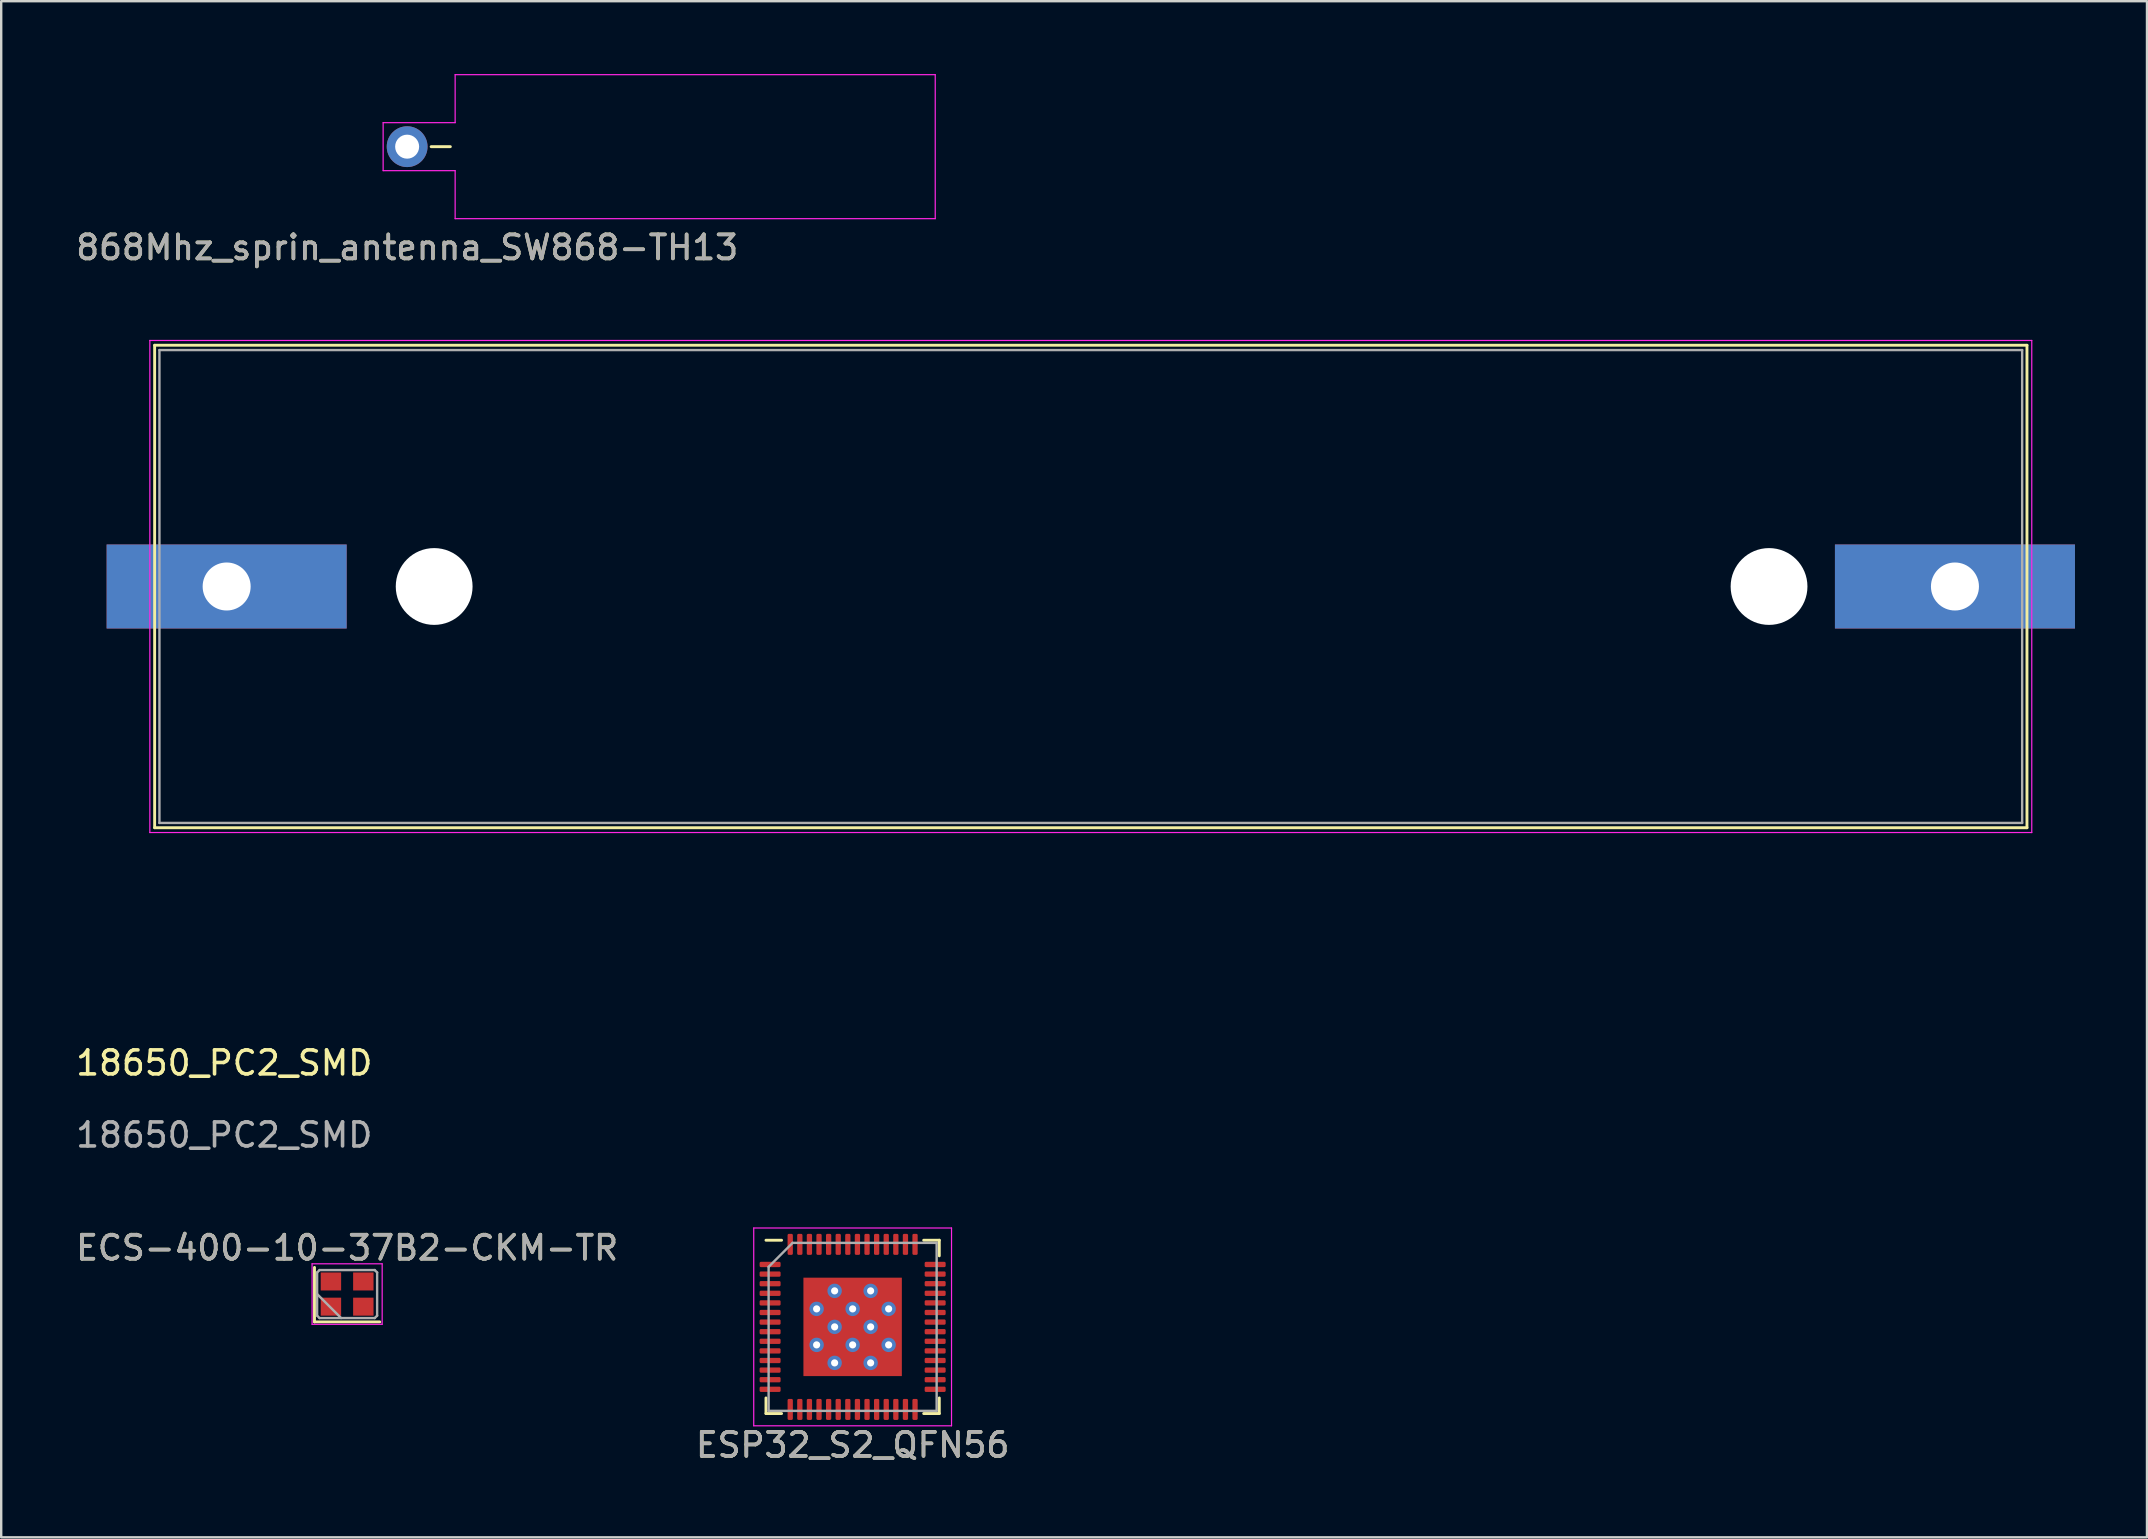
<source format=kicad_pcb>
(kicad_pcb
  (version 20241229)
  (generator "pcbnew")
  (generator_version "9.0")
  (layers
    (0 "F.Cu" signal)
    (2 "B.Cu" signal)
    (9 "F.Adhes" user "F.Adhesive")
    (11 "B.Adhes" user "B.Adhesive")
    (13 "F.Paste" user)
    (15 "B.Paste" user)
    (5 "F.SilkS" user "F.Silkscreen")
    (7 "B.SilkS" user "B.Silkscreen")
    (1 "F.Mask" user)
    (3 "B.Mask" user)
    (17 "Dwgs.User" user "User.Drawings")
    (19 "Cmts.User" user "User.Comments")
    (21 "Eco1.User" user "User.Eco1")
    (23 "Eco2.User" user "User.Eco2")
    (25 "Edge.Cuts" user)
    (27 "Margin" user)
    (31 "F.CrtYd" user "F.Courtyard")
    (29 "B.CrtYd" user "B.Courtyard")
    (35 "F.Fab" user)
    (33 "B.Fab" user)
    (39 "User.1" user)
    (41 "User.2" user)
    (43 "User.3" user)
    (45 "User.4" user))
  (footprint "18650_PC2_SMD"
    (layer "F.Cu")
    (at 6.392 21.383)
    (property "Reference" "18650_PC2_SMD" (at -0.1 19.85 0) (unlocked yes) (layer "F.SilkS") (effects (font (size 1 1) (thickness 0.15))))
    (attr smd)
    (fp_line (start -3 -10.05) (end 75 -10.05) (stroke (width 0.12) (type solid)) (layer "F.SilkS"))
    (fp_line (start -3 10.05) (end -3 -10.05) (stroke (width 0.12) (type solid)) (layer "F.SilkS"))
    (fp_line (start 75 -10.05) (end 75 10.05) (stroke (width 0.12) (type solid)) (layer "F.SilkS"))
    (fp_line (start 75 10.05) (end -3 10.05) (stroke (width 0.12) (type solid)) (layer "F.SilkS"))
    (fp_line (start -3.2 -10.25) (end 75.2 -10.25) (stroke (width 0.05) (type solid)) (layer "F.CrtYd"))
    (fp_line (start -3.2 10.25) (end -3.2 -10.25) (stroke (width 0.05) (type solid)) (layer "F.CrtYd"))
    (fp_line (start 75.2 -10.25) (end 75.2 10.25) (stroke (width 0.05) (type solid)) (layer "F.CrtYd"))
    (fp_line (start 75.2 10.25) (end -3.2 10.25) (stroke (width 0.05) (type solid)) (layer "F.CrtYd"))
    (fp_line (start -2.8 -9.85) (end 74.8 -9.85) (stroke (width 0.1) (type solid)) (layer "F.Fab"))
    (fp_line (start -2.8 9.85) (end -2.8 -9.85) (stroke (width 0.1) (type solid)) (layer "F.Fab"))
    (fp_line (start 74.8 -9.85) (end 74.8 9.85) (stroke (width 0.1) (type solid)) (layer "F.Fab"))
    (fp_line (start 74.8 9.85) (end -2.8 9.85) (stroke (width 0.1) (type solid)) (layer "F.Fab"))
    (fp_text user "${REFERENCE}" (at -0.1 22.85 0) (unlocked yes) (layer "F.Fab") (effects (font (size 1 1) (thickness 0.15))))
    (pad "" np_thru_hole circle (at 8.645 0) (size 3.2 3.2) (drill 3.2) (layers "*.Cu" "*.Mask"))
    (pad "" np_thru_hole circle (at 64.255 0) (size 3.2 3.2) (drill 3.2) (layers "*.Cu" "*.Mask"))
    (pad "1" thru_hole rect (at 0 0) (size 10 3.5) (drill 2) (layers "*.Cu" "*.Mask"))
    (pad "2" thru_hole rect (at 72 0) (size 10 3.5) (drill 2) (layers "*.Cu" "*.Mask")))
  (footprint "ECS-400-10-37B2-CKM-TR"
    (layer "F.Cu")
    (at 11.411 50.86)
    (property "Reference" "ECS-400-10-37B2-CKM-TR" (at 0 -1.93 0) (unlocked yes) (layer "F.SilkS") (effects (font (size 1 1) (thickness 0.15))))
    (attr smd)
    (fp_line (start -1.36 -1.11) (end -1.36 1.16) (stroke (width 0.12) (type solid)) (layer "F.SilkS"))
    (fp_line (start -1.36 1.16) (end 1.36 1.16) (stroke (width 0.12) (type solid)) (layer "F.SilkS"))
    (fp_line (start -1.46 -1.26) (end -1.46 1.26) (stroke (width 0.05) (type solid)) (layer "F.CrtYd"))
    (fp_line (start -1.46 1.26) (end 1.46 1.26) (stroke (width 0.05) (type solid)) (layer "F.CrtYd"))
    (fp_line (start 1.46 -1.26) (end -1.46 -1.26) (stroke (width 0.05) (type solid)) (layer "F.CrtYd"))
    (fp_line (start 1.46 1.26) (end 1.46 -1.26) (stroke (width 0.05) (type solid)) (layer "F.CrtYd"))
    (fp_line (start -1.25 -0.9) (end -1.15 -1) (stroke (width 0.1) (type solid)) (layer "F.Fab"))
    (fp_line (start -1.25 0) (end -0.25 1) (stroke (width 0.1) (type solid)) (layer "F.Fab"))
    (fp_line (start -1.25 0.9) (end -1.25 -0.9) (stroke (width 0.1) (type solid)) (layer "F.Fab"))
    (fp_line (start -1.15 -1) (end 1.15 -1) (stroke (width 0.1) (type solid)) (layer "F.Fab"))
    (fp_line (start -1.15 1) (end -1.25 0.9) (stroke (width 0.1) (type solid)) (layer "F.Fab"))
    (fp_line (start 1.15 -1) (end 1.25 -0.9) (stroke (width 0.1) (type solid)) (layer "F.Fab"))
    (fp_line (start 1.15 1) (end -1.15 1) (stroke (width 0.1) (type solid)) (layer "F.Fab"))
    (fp_line (start 1.25 -0.9) (end 1.25 0.9) (stroke (width 0.1) (type solid)) (layer "F.Fab"))
    (fp_line (start 1.25 0.9) (end 1.15 1) (stroke (width 0.1) (type solid)) (layer "F.Fab"))
    (fp_text user "${REFERENCE}" (at 0 -1.925 0) (unlocked yes) (layer "F.Fab") (effects (font (size 1 1) (thickness 0.15))))
    (pad "1" smd rect (at -0.675 0.525) (size 0.85 0.75) (layers "F.Cu" "F.Mask" "F.Paste"))
    (pad "2" smd rect (at 0.675 0.525) (size 0.85 0.75) (layers "F.Cu" "F.Mask" "F.Paste"))
    (pad "3" smd rect (at 0.675 -0.525) (size 0.85 0.75) (layers "F.Cu" "F.Mask" "F.Paste"))
    (pad "4" smd rect (at -0.675 -0.525) (size 0.85 0.75) (layers "F.Cu" "F.Mask" "F.Paste")))
  (footprint "ESP32_S2_QFN56"
    (layer "F.Cu")
    (at 32.47 52.227)
    (property "Reference" "ESP32_S2_QFN56" (at 0 4.92 0) (unlocked yes) (layer "F.SilkS") (effects (font (size 1 1) (thickness 0.15))))
    (attr smd)
    (fp_line (start -3.61 3.61) (end -3.61 2.96) (stroke (width 0.12) (type solid)) (layer "F.SilkS"))
    (fp_line (start -2.96 -3.61) (end -3.61 -3.61) (stroke (width 0.12) (type solid)) (layer "F.SilkS"))
    (fp_line (start -2.96 3.61) (end -3.61 3.61) (stroke (width 0.12) (type solid)) (layer "F.SilkS"))
    (fp_line (start 2.96 -3.61) (end 3.61 -3.61) (stroke (width 0.12) (type solid)) (layer "F.SilkS"))
    (fp_line (start 2.96 3.61) (end 3.61 3.61) (stroke (width 0.12) (type solid)) (layer "F.SilkS"))
    (fp_line (start 3.61 -3.61) (end 3.61 -2.96) (stroke (width 0.12) (type solid)) (layer "F.SilkS"))
    (fp_line (start 3.61 3.61) (end 3.61 2.96) (stroke (width 0.12) (type solid)) (layer "F.SilkS"))
    (fp_line (start -4.12 -4.12) (end -4.12 4.12) (stroke (width 0.05) (type solid)) (layer "F.CrtYd"))
    (fp_line (start -4.12 4.12) (end 4.12 4.12) (stroke (width 0.05) (type solid)) (layer "F.CrtYd"))
    (fp_line (start 4.12 -4.12) (end -4.12 -4.12) (stroke (width 0.05) (type solid)) (layer "F.CrtYd"))
    (fp_line (start 4.12 4.12) (end 4.12 -4.12) (stroke (width 0.05) (type solid)) (layer "F.CrtYd"))
    (fp_line (start -3.5 -2.5) (end -2.5 -3.5) (stroke (width 0.1) (type solid)) (layer "F.Fab"))
    (fp_line (start -3.5 3.5) (end -3.5 -2.5) (stroke (width 0.1) (type solid)) (layer "F.Fab"))
    (fp_line (start -2.5 -3.5) (end 3.5 -3.5) (stroke (width 0.1) (type solid)) (layer "F.Fab"))
    (fp_line (start 3.5 -3.5) (end 3.5 3.5) (stroke (width 0.1) (type solid)) (layer "F.Fab"))
    (fp_line (start 3.5 3.5) (end -3.5 3.5) (stroke (width 0.1) (type solid)) (layer "F.Fab"))
    (fp_text user "${REFERENCE}" (at 0 4.92 0) (unlocked yes) (layer "F.Fab") (effects (font (size 1 1) (thickness 0.15))))
    (pad "" smd roundrect (at -1.5 -1.5) (size 1 1) (layers "F.Paste") (roundrect_rratio 0.231))
    (pad "" smd roundrect (at -1.5 0) (size 1 1) (layers "F.Paste") (roundrect_rratio 0.231))
    (pad "" smd roundrect (at -1.5 1.5) (size 1 1) (layers "F.Paste") (roundrect_rratio 0.231))
    (pad "" smd roundrect (at 0 -1.5) (size 1 1) (layers "F.Paste") (roundrect_rratio 0.231))
    (pad "" smd roundrect (at 0 0) (size 1 1) (layers "F.Paste") (roundrect_rratio 0.231))
    (pad "" smd roundrect (at 0 1.5) (size 1 1) (layers "F.Paste") (roundrect_rratio 0.231))
    (pad "" smd roundrect (at 1.5 -1.5) (size 1 1) (layers "F.Paste") (roundrect_rratio 0.231))
    (pad "" smd roundrect (at 1.5 0) (size 1 1) (layers "F.Paste") (roundrect_rratio 0.231))
    (pad "" smd roundrect (at 1.5 1.5) (size 1 1) (layers "F.Paste") (roundrect_rratio 0.231))
    (pad "1" smd roundrect (at -3.438 -2.6) (size 0.875 0.22) (layers "F.Cu" "F.Mask" "F.Paste") (roundrect_rratio 0.25))
    (pad "2" smd roundrect (at -3.438 -2.2) (size 0.875 0.22) (layers "F.Cu" "F.Mask" "F.Paste") (roundrect_rratio 0.25))
    (pad "3" smd roundrect (at -3.438 -1.8) (size 0.875 0.22) (layers "F.Cu" "F.Mask" "F.Paste") (roundrect_rratio 0.25))
    (pad "4" smd roundrect (at -3.438 -1.4) (size 0.875 0.22) (layers "F.Cu" "F.Mask" "F.Paste") (roundrect_rratio 0.25))
    (pad "5" smd roundrect (at -3.438 -1) (size 0.875 0.22) (layers "F.Cu" "F.Mask" "F.Paste") (roundrect_rratio 0.25))
    (pad "6" smd roundrect (at -3.438 -0.6) (size 0.875 0.22) (layers "F.Cu" "F.Mask" "F.Paste") (roundrect_rratio 0.25))
    (pad "7" smd roundrect (at -3.438 -0.2) (size 0.875 0.22) (layers "F.Cu" "F.Mask" "F.Paste") (roundrect_rratio 0.25))
    (pad "8" smd roundrect (at -3.438 0.2) (size 0.875 0.22) (layers "F.Cu" "F.Mask" "F.Paste") (roundrect_rratio 0.25))
    (pad "9" smd roundrect (at -3.438 0.6) (size 0.875 0.22) (layers "F.Cu" "F.Mask" "F.Paste") (roundrect_rratio 0.25))
    (pad "10" smd roundrect (at -3.438 1) (size 0.875 0.22) (layers "F.Cu" "F.Mask" "F.Paste") (roundrect_rratio 0.25))
    (pad "11" smd roundrect (at -3.438 1.4) (size 0.875 0.22) (layers "F.Cu" "F.Mask" "F.Paste") (roundrect_rratio 0.25))
    (pad "12" smd roundrect (at -3.438 1.8) (size 0.875 0.22) (layers "F.Cu" "F.Mask" "F.Paste") (roundrect_rratio 0.25))
    (pad "13" smd roundrect (at -3.438 2.2) (size 0.875 0.22) (layers "F.Cu" "F.Mask" "F.Paste") (roundrect_rratio 0.25))
    (pad "14" smd roundrect (at -3.438 2.6) (size 0.875 0.22) (layers "F.Cu" "F.Mask" "F.Paste") (roundrect_rratio 0.25))
    (pad "15" smd roundrect (at -2.6 3.438) (size 0.22 0.875) (layers "F.Cu" "F.Mask" "F.Paste") (roundrect_rratio 0.25))
    (pad "16" smd roundrect (at -2.2 3.438) (size 0.22 0.875) (layers "F.Cu" "F.Mask" "F.Paste") (roundrect_rratio 0.25))
    (pad "17" smd roundrect (at -1.8 3.438) (size 0.22 0.875) (layers "F.Cu" "F.Mask" "F.Paste") (roundrect_rratio 0.25))
    (pad "18" smd roundrect (at -1.4 3.438) (size 0.22 0.875) (layers "F.Cu" "F.Mask" "F.Paste") (roundrect_rratio 0.25))
    (pad "19" smd roundrect (at -1 3.438) (size 0.22 0.875) (layers "F.Cu" "F.Mask" "F.Paste") (roundrect_rratio 0.25))
    (pad "20" smd roundrect (at -0.6 3.438) (size 0.22 0.875) (layers "F.Cu" "F.Mask" "F.Paste") (roundrect_rratio 0.25))
    (pad "21" smd roundrect (at -0.2 3.438) (size 0.22 0.875) (layers "F.Cu" "F.Mask" "F.Paste") (roundrect_rratio 0.25))
    (pad "22" smd roundrect (at 0.2 3.438) (size 0.22 0.875) (layers "F.Cu" "F.Mask" "F.Paste") (roundrect_rratio 0.25))
    (pad "23" smd roundrect (at 0.6 3.438) (size 0.22 0.875) (layers "F.Cu" "F.Mask" "F.Paste") (roundrect_rratio 0.25))
    (pad "24" smd roundrect (at 1 3.438) (size 0.22 0.875) (layers "F.Cu" "F.Mask" "F.Paste") (roundrect_rratio 0.25))
    (pad "25" smd roundrect (at 1.4 3.438) (size 0.22 0.875) (layers "F.Cu" "F.Mask" "F.Paste") (roundrect_rratio 0.25))
    (pad "26" smd roundrect (at 1.8 3.438) (size 0.22 0.875) (layers "F.Cu" "F.Mask" "F.Paste") (roundrect_rratio 0.25))
    (pad "27" smd roundrect (at 2.2 3.438) (size 0.22 0.875) (layers "F.Cu" "F.Mask" "F.Paste") (roundrect_rratio 0.25))
    (pad "28" smd roundrect (at 2.6 3.438) (size 0.22 0.875) (layers "F.Cu" "F.Mask" "F.Paste") (roundrect_rratio 0.25))
    (pad "29" smd roundrect (at 3.438 2.6) (size 0.875 0.22) (layers "F.Cu" "F.Mask" "F.Paste") (roundrect_rratio 0.25))
    (pad "30" smd roundrect (at 3.438 2.2) (size 0.875 0.22) (layers "F.Cu" "F.Mask" "F.Paste") (roundrect_rratio 0.25))
    (pad "31" smd roundrect (at 3.438 1.8) (size 0.875 0.22) (layers "F.Cu" "F.Mask" "F.Paste") (roundrect_rratio 0.25))
    (pad "32" smd roundrect (at 3.438 1.4) (size 0.875 0.22) (layers "F.Cu" "F.Mask" "F.Paste") (roundrect_rratio 0.25))
    (pad "33" smd roundrect (at 3.438 1) (size 0.875 0.22) (layers "F.Cu" "F.Mask" "F.Paste") (roundrect_rratio 0.25))
    (pad "34" smd roundrect (at 3.438 0.6) (size 0.875 0.22) (layers "F.Cu" "F.Mask" "F.Paste") (roundrect_rratio 0.25))
    (pad "35" smd roundrect (at 3.438 0.2) (size 0.875 0.22) (layers "F.Cu" "F.Mask" "F.Paste") (roundrect_rratio 0.25))
    (pad "36" smd roundrect (at 3.438 -0.2) (size 0.875 0.22) (layers "F.Cu" "F.Mask" "F.Paste") (roundrect_rratio 0.25))
    (pad "37" smd roundrect (at 3.438 -0.6) (size 0.875 0.22) (layers "F.Cu" "F.Mask" "F.Paste") (roundrect_rratio 0.25))
    (pad "38" smd roundrect (at 3.438 -1) (size 0.875 0.22) (layers "F.Cu" "F.Mask" "F.Paste") (roundrect_rratio 0.25))
    (pad "39" smd roundrect (at 3.438 -1.4) (size 0.875 0.22) (layers "F.Cu" "F.Mask" "F.Paste") (roundrect_rratio 0.25))
    (pad "40" smd roundrect (at 3.438 -1.8) (size 0.875 0.22) (layers "F.Cu" "F.Mask" "F.Paste") (roundrect_rratio 0.25))
    (pad "41" smd roundrect (at 3.438 -2.2) (size 0.875 0.22) (layers "F.Cu" "F.Mask" "F.Paste") (roundrect_rratio 0.25))
    (pad "42" smd roundrect (at 3.438 -2.6) (size 0.875 0.22) (layers "F.Cu" "F.Mask" "F.Paste") (roundrect_rratio 0.25))
    (pad "43" smd roundrect (at 2.6 -3.438) (size 0.22 0.875) (layers "F.Cu" "F.Mask" "F.Paste") (roundrect_rratio 0.25))
    (pad "44" smd roundrect (at 2.2 -3.438) (size 0.22 0.875) (layers "F.Cu" "F.Mask" "F.Paste") (roundrect_rratio 0.25))
    (pad "45" smd roundrect (at 1.8 -3.438) (size 0.22 0.875) (layers "F.Cu" "F.Mask" "F.Paste") (roundrect_rratio 0.25))
    (pad "46" smd roundrect (at 1.4 -3.438) (size 0.22 0.875) (layers "F.Cu" "F.Mask" "F.Paste") (roundrect_rratio 0.25))
    (pad "47" smd roundrect (at 1 -3.438) (size 0.22 0.875) (layers "F.Cu" "F.Mask" "F.Paste") (roundrect_rratio 0.25))
    (pad "48" smd roundrect (at 0.6 -3.438) (size 0.22 0.875) (layers "F.Cu" "F.Mask" "F.Paste") (roundrect_rratio 0.25))
    (pad "49" smd roundrect (at 0.2 -3.438) (size 0.22 0.875) (layers "F.Cu" "F.Mask" "F.Paste") (roundrect_rratio 0.25))
    (pad "50" smd roundrect (at -0.2 -3.438) (size 0.22 0.875) (layers "F.Cu" "F.Mask" "F.Paste") (roundrect_rratio 0.25))
    (pad "51" smd roundrect (at -0.6 -3.438) (size 0.22 0.875) (layers "F.Cu" "F.Mask" "F.Paste") (roundrect_rratio 0.25))
    (pad "52" smd roundrect (at -1 -3.438) (size 0.22 0.875) (layers "F.Cu" "F.Mask" "F.Paste") (roundrect_rratio 0.25))
    (pad "53" smd roundrect (at -1.4 -3.438) (size 0.22 0.875) (layers "F.Cu" "F.Mask" "F.Paste") (roundrect_rratio 0.25))
    (pad "54" smd roundrect (at -1.8 -3.438) (size 0.22 0.875) (layers "F.Cu" "F.Mask" "F.Paste") (roundrect_rratio 0.25))
    (pad "55" smd roundrect (at -2.2 -3.438) (size 0.22 0.875) (layers "F.Cu" "F.Mask" "F.Paste") (roundrect_rratio 0.25))
    (pad "56" smd roundrect (at -2.6 -3.438) (size 0.22 0.875) (layers "F.Cu" "F.Mask" "F.Paste") (roundrect_rratio 0.25))
    (pad "57" thru_hole circle (at -1.5 -0.75) (size 0.6 0.6) (drill 0.3) (layers "*.Cu" "*.Mask"))
    (pad "57" thru_hole circle (at -1.5 0.75) (size 0.6 0.6) (drill 0.3) (layers "*.Cu" "*.Mask"))
    (pad "57" thru_hole circle (at -0.75 -1.5) (size 0.6 0.6) (drill 0.3) (layers "*.Cu" "*.Mask"))
    (pad "57" thru_hole circle (at -0.75 0) (size 0.6 0.6) (drill 0.3) (layers "*.Cu" "*.Mask"))
    (pad "57" thru_hole circle (at -0.75 1.5) (size 0.6 0.6) (drill 0.3) (layers "*.Cu" "*.Mask"))
    (pad "57" thru_hole circle (at 0 -0.75) (size 0.6 0.6) (drill 0.3) (layers "*.Cu" "*.Mask"))
    (pad "57" smd rect (at 0 0) (size 4.1 4.1) (layers "F.Cu" "F.Mask"))
    (pad "57" thru_hole circle (at 0 0.75) (size 0.6 0.6) (drill 0.3) (layers "*.Cu" "*.Mask"))
    (pad "57" thru_hole circle (at 0.75 -1.5) (size 0.6 0.6) (drill 0.3) (layers "*.Cu" "*.Mask"))
    (pad "57" thru_hole circle (at 0.75 0) (size 0.6 0.6) (drill 0.3) (layers "*.Cu" "*.Mask"))
    (pad "57" thru_hole circle (at 0.75 1.5) (size 0.6 0.6) (drill 0.3) (layers "*.Cu" "*.Mask"))
    (pad "57" thru_hole circle (at 1.5 -0.75) (size 0.6 0.6) (drill 0.3) (layers "*.Cu" "*.Mask"))
    (pad "57" thru_hole circle (at 1.5 0.75) (size 0.6 0.6) (drill 0.3) (layers "*.Cu" "*.Mask")))
  (footprint "868Mhz_sprin_antenna_SW868-TH13"
    (layer "F.Cu")
    (at 13.911 3.06)
    (property "Reference" "868Mhz_sprin_antenna_SW868-TH13" (at 0 4.2 0) (unlocked yes) (layer "F.SilkS") (effects (font (size 1 1) (thickness 0.15))))
    (attr through_hole)
    (fp_line (start 1 0) (end 1.8 0) (stroke (width 0.12) (type solid)) (layer "F.SilkS"))
    (fp_rect (start 2 -3) (end 22 3) (stroke (width 0.12) (type solid)) (fill no) (layer "Eco1.User"))
    (fp_line (start -1 -1) (end 2 -1) (stroke (width 0.05) (type solid)) (layer "F.CrtYd"))
    (fp_line (start -1 1) (end -1 -1) (stroke (width 0.05) (type solid)) (layer "F.CrtYd"))
    (fp_line (start -1 1) (end 2 1) (stroke (width 0.05) (type solid)) (layer "F.CrtYd"))
    (fp_line (start 2 -3) (end 22 -3) (stroke (width 0.05) (type solid)) (layer "F.CrtYd"))
    (fp_line (start 2 -1) (end 2 -3) (stroke (width 0.05) (type solid)) (layer "F.CrtYd"))
    (fp_line (start 2 1) (end 2 3) (stroke (width 0.05) (type solid)) (layer "F.CrtYd"))
    (fp_line (start 22 -3) (end 22 3) (stroke (width 0.05) (type solid)) (layer "F.CrtYd"))
    (fp_line (start 22 3) (end 2 3) (stroke (width 0.05) (type solid)) (layer "F.CrtYd"))
    (fp_text user "Antenna Area Cut" (at 12 0 0) (unlocked yes) (layer "Eco1.User") (effects (font (size 1 1) (thickness 0.15))))
    (fp_text user "${REFERENCE}" (at 0 4.2 0) (unlocked yes) (layer "F.Fab") (effects (font (size 1 1) (thickness 0.15))))
    (pad "1" thru_hole oval (at 0 0) (size 1.7 1.7) (drill 1) (layers "*.Cu" "*.Mask")))
  (gr_rect
    (start -3 -3)
    (end 86.392 60.995)
    (stroke (width 0.1) (type default))
    (fill no)
    (layer "Edge.Cuts")))
</source>
